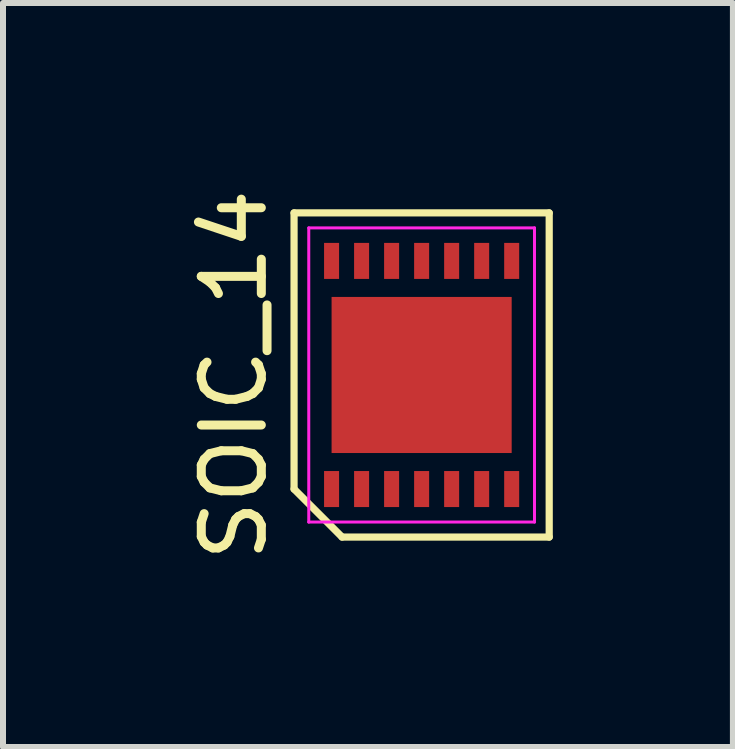
<source format=kicad_pcb>
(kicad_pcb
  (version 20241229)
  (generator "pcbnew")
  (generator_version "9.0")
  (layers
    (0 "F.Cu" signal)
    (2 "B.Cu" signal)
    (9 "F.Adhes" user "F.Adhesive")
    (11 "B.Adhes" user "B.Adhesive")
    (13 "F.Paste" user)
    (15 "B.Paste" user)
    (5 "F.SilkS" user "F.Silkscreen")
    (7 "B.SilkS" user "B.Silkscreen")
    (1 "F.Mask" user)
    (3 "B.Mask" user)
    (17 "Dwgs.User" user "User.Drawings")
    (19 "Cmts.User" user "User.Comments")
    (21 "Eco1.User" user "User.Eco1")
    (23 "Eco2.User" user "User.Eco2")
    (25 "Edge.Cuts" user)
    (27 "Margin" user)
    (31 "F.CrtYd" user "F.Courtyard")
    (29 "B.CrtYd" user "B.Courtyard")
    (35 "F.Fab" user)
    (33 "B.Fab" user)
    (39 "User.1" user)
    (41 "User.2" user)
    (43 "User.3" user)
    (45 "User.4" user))
  (footprint "SOIC_14"
    (layer "F.Cu")
    (at 3.973 3.196)
    (property "Reference" "SOIC_14" (at -3.125 0 90) (layer "F.SilkS") (effects (font (size 1 1) (thickness 0.15))))
    (attr smd)
    (fp_line (start -2.125 -2.7) (end 2.125 -2.7) (stroke (width 0.12) (type solid)) (layer "F.SilkS"))
    (fp_line (start -2.125 1.9) (end -2.125 -2.7) (stroke (width 0.12) (type solid)) (layer "F.SilkS"))
    (fp_line (start -1.325 2.7) (end -2.125 1.9) (stroke (width 0.12) (type solid)) (layer "F.SilkS"))
    (fp_line (start 2.125 -2.7) (end 2.125 2.7) (stroke (width 0.12) (type solid)) (layer "F.SilkS"))
    (fp_line (start 2.125 2.7) (end -1.325 2.7) (stroke (width 0.12) (type solid)) (layer "F.SilkS"))
    (fp_line (start -1.88 -2.45) (end 1.88 -2.45) (stroke (width 0.05) (type solid)) (layer "F.CrtYd"))
    (fp_line (start -1.88 2.45) (end -1.88 -2.45) (stroke (width 0.05) (type solid)) (layer "F.CrtYd"))
    (fp_line (start 1.88 -2.45) (end 1.88 2.45) (stroke (width 0.05) (type solid)) (layer "F.CrtYd"))
    (fp_line (start 1.88 2.45) (end -1.88 2.45) (stroke (width 0.05) (type solid)) (layer "F.CrtYd"))
    (pad "1" smd rect (at -1.5 1.9) (size 0.25 0.6) (layers "F.Cu" "F.Mask" "F.Paste"))
    (pad "2" smd rect (at -1 1.9) (size 0.25 0.6) (layers "F.Cu" "F.Mask" "F.Paste"))
    (pad "3" smd rect (at -0.5 1.9) (size 0.25 0.6) (layers "F.Cu" "F.Mask" "F.Paste"))
    (pad "4" smd rect (at 0 1.9) (size 0.25 0.6) (layers "F.Cu" "F.Mask" "F.Paste"))
    (pad "5" smd rect (at 0.5 1.9) (size 0.25 0.6) (layers "F.Cu" "F.Mask" "F.Paste"))
    (pad "6" smd rect (at 1 1.9) (size 0.25 0.6) (layers "F.Cu" "F.Mask" "F.Paste"))
    (pad "7" smd rect (at 1.5 1.9) (size 0.25 0.6) (layers "F.Cu" "F.Mask" "F.Paste"))
    (pad "8" smd rect (at 1.5 -1.9) (size 0.25 0.6) (layers "F.Cu" "F.Mask" "F.Paste"))
    (pad "9" smd rect (at 1 -1.9) (size 0.25 0.6) (layers "F.Cu" "F.Mask" "F.Paste"))
    (pad "10" smd rect (at 0.5 -1.9) (size 0.25 0.6) (layers "F.Cu" "F.Mask" "F.Paste"))
    (pad "11" smd rect (at 0 -1.9) (size 0.25 0.6) (layers "F.Cu" "F.Mask" "F.Paste"))
    (pad "12" smd rect (at -0.5 -1.9) (size 0.25 0.6) (layers "F.Cu" "F.Mask" "F.Paste"))
    (pad "13" smd rect (at -1 -1.9) (size 0.25 0.6) (layers "F.Cu" "F.Mask" "F.Paste"))
    (pad "14" smd rect (at -1.5 -1.9) (size 0.25 0.6) (layers "F.Cu" "F.Mask" "F.Paste"))
    (pad "15" smd rect (at 0 0) (size 3 2.6) (layers "F.Cu" "F.Mask" "F.Paste")))
  (gr_rect
    (start -3 -3)
    (end 9.158 9.393)
    (stroke (width 0.1) (type default))
    (fill no)
    (layer "Edge.Cuts")))
</source>
